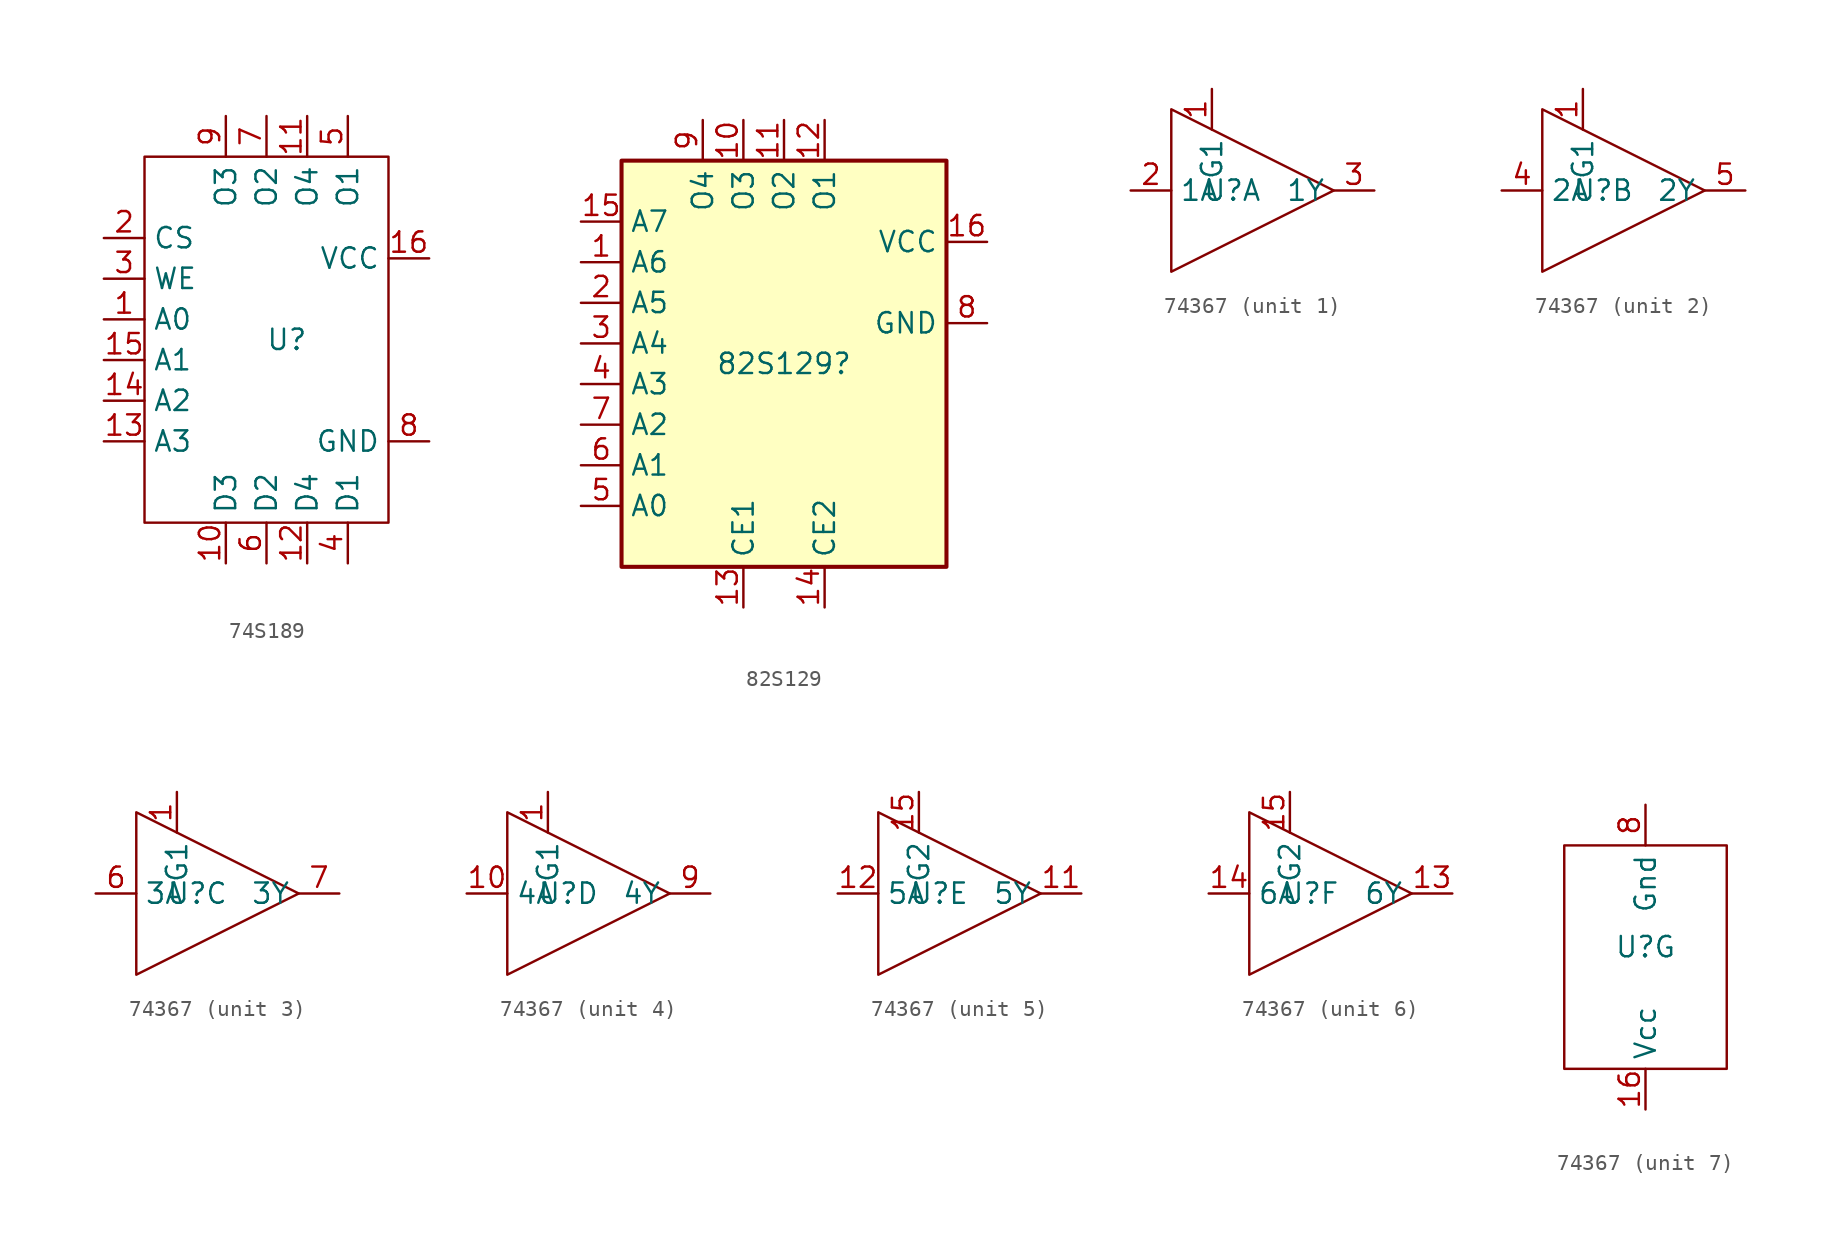
<source format=kicad_sym>
(kicad_symbol_lib
  (version 20231120)
  (generator "kicad_symbol_editor")
  (generator_version "8.0")
  (symbol "74S189"
    (property "Reference" "U"
      (at -2.54 1.27 0)
      (effects (font (size 1.27 1.27))))
    (property "Value" ""
      (at 0 0 0)
      (effects (font (size 1.27 1.27))))
    (symbol "74S189_0_1"
      (rectangle (start -11.43 12.7) (end 3.81 -10.16) (stroke (width 0) (type default)) (fill (type none))))
    (symbol "74S189_1_1"
      (pin input line (at -13.97 2.54 0) (length 2.54) (name "A0" (effects (font (size 1.27 1.27)))) (number "1" (effects (font (size 1.27 1.27)))))
      (pin input line (at -6.35 -12.7 90) (length 2.54) (name "D3" (effects (font (size 1.27 1.27)))) (number "10" (effects (font (size 1.27 1.27)))))
      (pin output line (at -1.27 15.24 270) (length 2.54) (name "O4" (effects (font (size 1.27 1.27)))) (number "11" (effects (font (size 1.27 1.27)))))
      (pin input line (at -1.27 -12.7 90) (length 2.54) (name "D4" (effects (font (size 1.27 1.27)))) (number "12" (effects (font (size 1.27 1.27)))))
      (pin input line (at -13.97 -5.08 0) (length 2.54) (name "A3" (effects (font (size 1.27 1.27)))) (number "13" (effects (font (size 1.27 1.27)))))
      (pin input line (at -13.97 -2.54 0) (length 2.54) (name "A2" (effects (font (size 1.27 1.27)))) (number "14" (effects (font (size 1.27 1.27)))))
      (pin input line (at -13.97 0 0) (length 2.54) (name "A1" (effects (font (size 1.27 1.27)))) (number "15" (effects (font (size 1.27 1.27)))))
      (pin power_in line (at 6.35 6.35 180) (length 2.54) (name "VCC" (effects (font (size 1.27 1.27)))) (number "16" (effects (font (size 1.27 1.27)))))
      (pin input line (at -13.97 7.62 0) (length 2.54) (name "CS" (effects (font (size 1.27 1.27)))) (number "2" (effects (font (size 1.27 1.27)))))
      (pin input line (at -13.97 5.08 0) (length 2.54) (name "WE" (effects (font (size 1.27 1.27)))) (number "3" (effects (font (size 1.27 1.27)))))
      (pin input line (at 1.27 -12.7 90) (length 2.54) (name "D1" (effects (font (size 1.27 1.27)))) (number "4" (effects (font (size 1.27 1.27)))))
      (pin output line (at 1.27 15.24 270) (length 2.54) (name "O1" (effects (font (size 1.27 1.27)))) (number "5" (effects (font (size 1.27 1.27)))))
      (pin input line (at -3.81 -12.7 90) (length 2.54) (name "D2" (effects (font (size 1.27 1.27)))) (number "6" (effects (font (size 1.27 1.27)))))
      (pin output line (at -3.81 15.24 270) (length 2.54) (name "O2" (effects (font (size 1.27 1.27)))) (number "7" (effects (font (size 1.27 1.27)))))
      (pin power_in line (at 6.35 -5.08 180) (length 2.54) (name "GND" (effects (font (size 1.27 1.27)))) (number "8" (effects (font (size 1.27 1.27)))))
      (pin output line (at -6.35 15.24 270) (length 2.54) (name "O3" (effects (font (size 1.27 1.27)))) (number "9" (effects (font (size 1.27 1.27)))))))
  (symbol "82S129"
    (property "Reference" "82S129"
      (at 0 0 0)
      (effects (font (size 1.27 1.27))))
    (property "Value" ""
      (at 0 0 0)
      (effects (font (size 1.27 1.27))))
    (symbol "82S129_0_1"
      (rectangle (start -10.16 12.7) (end 10.16 -12.7) (stroke (width 0.254) (type default)) (fill (type background))))
    (symbol "82S129_1_1"
      (pin output line (at -12.7 6.35 0) (length 2.54) (name "A6" (effects (font (size 1.27 1.27)))) (number "1" (effects (font (size 1.27 1.27)))))
      (pin output line (at -2.54 15.24 270) (length 2.54) (name "O3" (effects (font (size 1.27 1.27)))) (number "10" (effects (font (size 1.27 1.27)))))
      (pin output line (at 0 15.24 270) (length 2.54) (name "O2" (effects (font (size 1.27 1.27)))) (number "11" (effects (font (size 1.27 1.27)))))
      (pin output line (at 2.54 15.24 270) (length 2.54) (name "O1" (effects (font (size 1.27 1.27)))) (number "12" (effects (font (size 1.27 1.27)))))
      (pin output line (at -2.54 -15.24 90) (length 2.54) (name "CE1" (effects (font (size 1.27 1.27)))) (number "13" (effects (font (size 1.27 1.27)))))
      (pin output line (at 2.54 -15.24 90) (length 2.54) (name "CE2" (effects (font (size 1.27 1.27)))) (number "14" (effects (font (size 1.27 1.27)))))
      (pin output line (at -12.7 8.89 0) (length 2.54) (name "A7" (effects (font (size 1.27 1.27)))) (number "15" (effects (font (size 1.27 1.27)))))
      (pin power_in line (at 12.7 7.62 180) (length 2.54) (name "VCC" (effects (font (size 1.27 1.27)))) (number "16" (effects (font (size 1.27 1.27)))))
      (pin output line (at -12.7 3.81 0) (length 2.54) (name "A5" (effects (font (size 1.27 1.27)))) (number "2" (effects (font (size 1.27 1.27)))))
      (pin output line (at -12.7 1.27 0) (length 2.54) (name "A4" (effects (font (size 1.27 1.27)))) (number "3" (effects (font (size 1.27 1.27)))))
      (pin output line (at -12.7 -1.27 0) (length 2.54) (name "A3" (effects (font (size 1.27 1.27)))) (number "4" (effects (font (size 1.27 1.27)))))
      (pin output line (at -12.7 -8.89 0) (length 2.54) (name "A0" (effects (font (size 1.27 1.27)))) (number "5" (effects (font (size 1.27 1.27)))))
      (pin output line (at -12.7 -6.35 0) (length 2.54) (name "A1" (effects (font (size 1.27 1.27)))) (number "6" (effects (font (size 1.27 1.27)))))
      (pin output line (at -12.7 -3.81 0) (length 2.54) (name "A2" (effects (font (size 1.27 1.27)))) (number "7" (effects (font (size 1.27 1.27)))))
      (pin power_in line (at 12.7 2.54 180) (length 2.54) (name "GND" (effects (font (size 1.27 1.27)))) (number "8" (effects (font (size 1.27 1.27)))))
      (pin output line (at -5.08 15.24 270) (length 2.54) (name "O4" (effects (font (size 1.27 1.27)))) (number "9" (effects (font (size 1.27 1.27)))))))
  (symbol "74367"
    (property "Reference" "U"
      (at 0 0 0)
      (effects (font (size 1.27 1.27))))
    (property "Value" ""
      (at 0 0 0)
      (effects (font (size 1.27 1.27))))
    (property "ki_locked" ""
      (at 0 0 0)
      (effects (font (size 1.27 1.27))))
    (symbol "74367_1_1"
      (polyline (pts (xy -3.81 5.08) (xy -3.81 -5.08) (xy 6.35 0) (xy -3.81 5.08)) (stroke (width 0) (type default)) (fill (type none)))
      (pin input line (at -1.27 6.35 270) (length 2.54) (name "G1" (effects (font (size 1.27 1.27)))) (number "1" (effects (font (size 1.27 1.27)))))
      (pin input line (at -6.35 0 0) (length 2.54) (name "1A" (effects (font (size 1.27 1.27)))) (number "2" (effects (font (size 1.27 1.27)))))
      (pin output line (at 8.89 0 180) (length 2.54) (name "1Y" (effects (font (size 1.27 1.27)))) (number "3" (effects (font (size 1.27 1.27))))))
    (symbol "74367_2_1"
      (polyline (pts (xy -3.81 5.08) (xy -3.81 -5.08) (xy 6.35 0) (xy -3.81 5.08)) (stroke (width 0) (type default)) (fill (type none)))
      (pin input line (at -1.27 6.35 270) (length 2.54) (name "G1" (effects (font (size 1.27 1.27)))) (number "1" (effects (font (size 1.27 1.27)))))
      (pin input line (at -6.35 0 0) (length 2.54) (name "2A" (effects (font (size 1.27 1.27)))) (number "4" (effects (font (size 1.27 1.27)))))
      (pin output line (at 8.89 0 180) (length 2.54) (name "2Y" (effects (font (size 1.27 1.27)))) (number "5" (effects (font (size 1.27 1.27))))))
    (symbol "74367_3_1"
      (polyline (pts (xy -3.81 5.08) (xy -3.81 -5.08) (xy 6.35 0) (xy -3.81 5.08)) (stroke (width 0) (type default)) (fill (type none)))
      (pin input line (at -1.27 6.35 270) (length 2.54) (name "G1" (effects (font (size 1.27 1.27)))) (number "1" (effects (font (size 1.27 1.27)))))
      (pin input line (at -6.35 0 0) (length 2.54) (name "3A" (effects (font (size 1.27 1.27)))) (number "6" (effects (font (size 1.27 1.27)))))
      (pin output line (at 8.89 0 180) (length 2.54) (name "3Y" (effects (font (size 1.27 1.27)))) (number "7" (effects (font (size 1.27 1.27))))))
    (symbol "74367_4_1"
      (polyline (pts (xy -3.81 5.08) (xy -3.81 -5.08) (xy 6.35 0) (xy -3.81 5.08)) (stroke (width 0) (type default)) (fill (type none)))
      (pin input line (at -1.27 6.35 270) (length 2.54) (name "G1" (effects (font (size 1.27 1.27)))) (number "1" (effects (font (size 1.27 1.27)))))
      (pin input line (at -6.35 0 0) (length 2.54) (name "4A" (effects (font (size 1.27 1.27)))) (number "10" (effects (font (size 1.27 1.27)))))
      (pin output line (at 8.89 0 180) (length 2.54) (name "4Y" (effects (font (size 1.27 1.27)))) (number "9" (effects (font (size 1.27 1.27))))))
    (symbol "74367_5_1"
      (polyline (pts (xy -3.81 5.08) (xy -3.81 -5.08) (xy 6.35 0) (xy -3.81 5.08)) (stroke (width 0) (type default)) (fill (type none)))
      (pin output line (at 8.89 0 180) (length 2.54) (name "5Y" (effects (font (size 1.27 1.27)))) (number "11" (effects (font (size 1.27 1.27)))))
      (pin input line (at -6.35 0 0) (length 2.54) (name "5A" (effects (font (size 1.27 1.27)))) (number "12" (effects (font (size 1.27 1.27)))))
      (pin input line (at -1.27 6.35 270) (length 2.54) (name "G2" (effects (font (size 1.27 1.27)))) (number "15" (effects (font (size 1.27 1.27))))))
    (symbol "74367_6_1"
      (polyline (pts (xy -3.81 5.08) (xy -3.81 -5.08) (xy 6.35 0) (xy -3.81 5.08)) (stroke (width 0) (type default)) (fill (type none)))
      (pin output line (at 8.89 0 180) (length 2.54) (name "6Y" (effects (font (size 1.27 1.27)))) (number "13" (effects (font (size 1.27 1.27)))))
      (pin input line (at -6.35 0 0) (length 2.54) (name "6A" (effects (font (size 1.27 1.27)))) (number "14" (effects (font (size 1.27 1.27)))))
      (pin input line (at -1.27 6.35 270) (length 2.54) (name "G2" (effects (font (size 1.27 1.27)))) (number "15" (effects (font (size 1.27 1.27))))))
    (symbol "74367_7_1"
      (rectangle (start 5.08 -7.62) (end -5.08 6.35) (stroke (width 0) (type default)) (fill (type none)))
      (pin power_in line (at 0 -10.16 90) (length 2.54) (name "Vcc" (effects (font (size 1.27 1.27)))) (number "16" (effects (font (size 1.27 1.27)))))
      (pin power_in line (at 0 8.89 270) (length 2.54) (name "Gnd" (effects (font (size 1.27 1.27)))) (number "8" (effects (font (size 1.27 1.27))))))))
</source>
